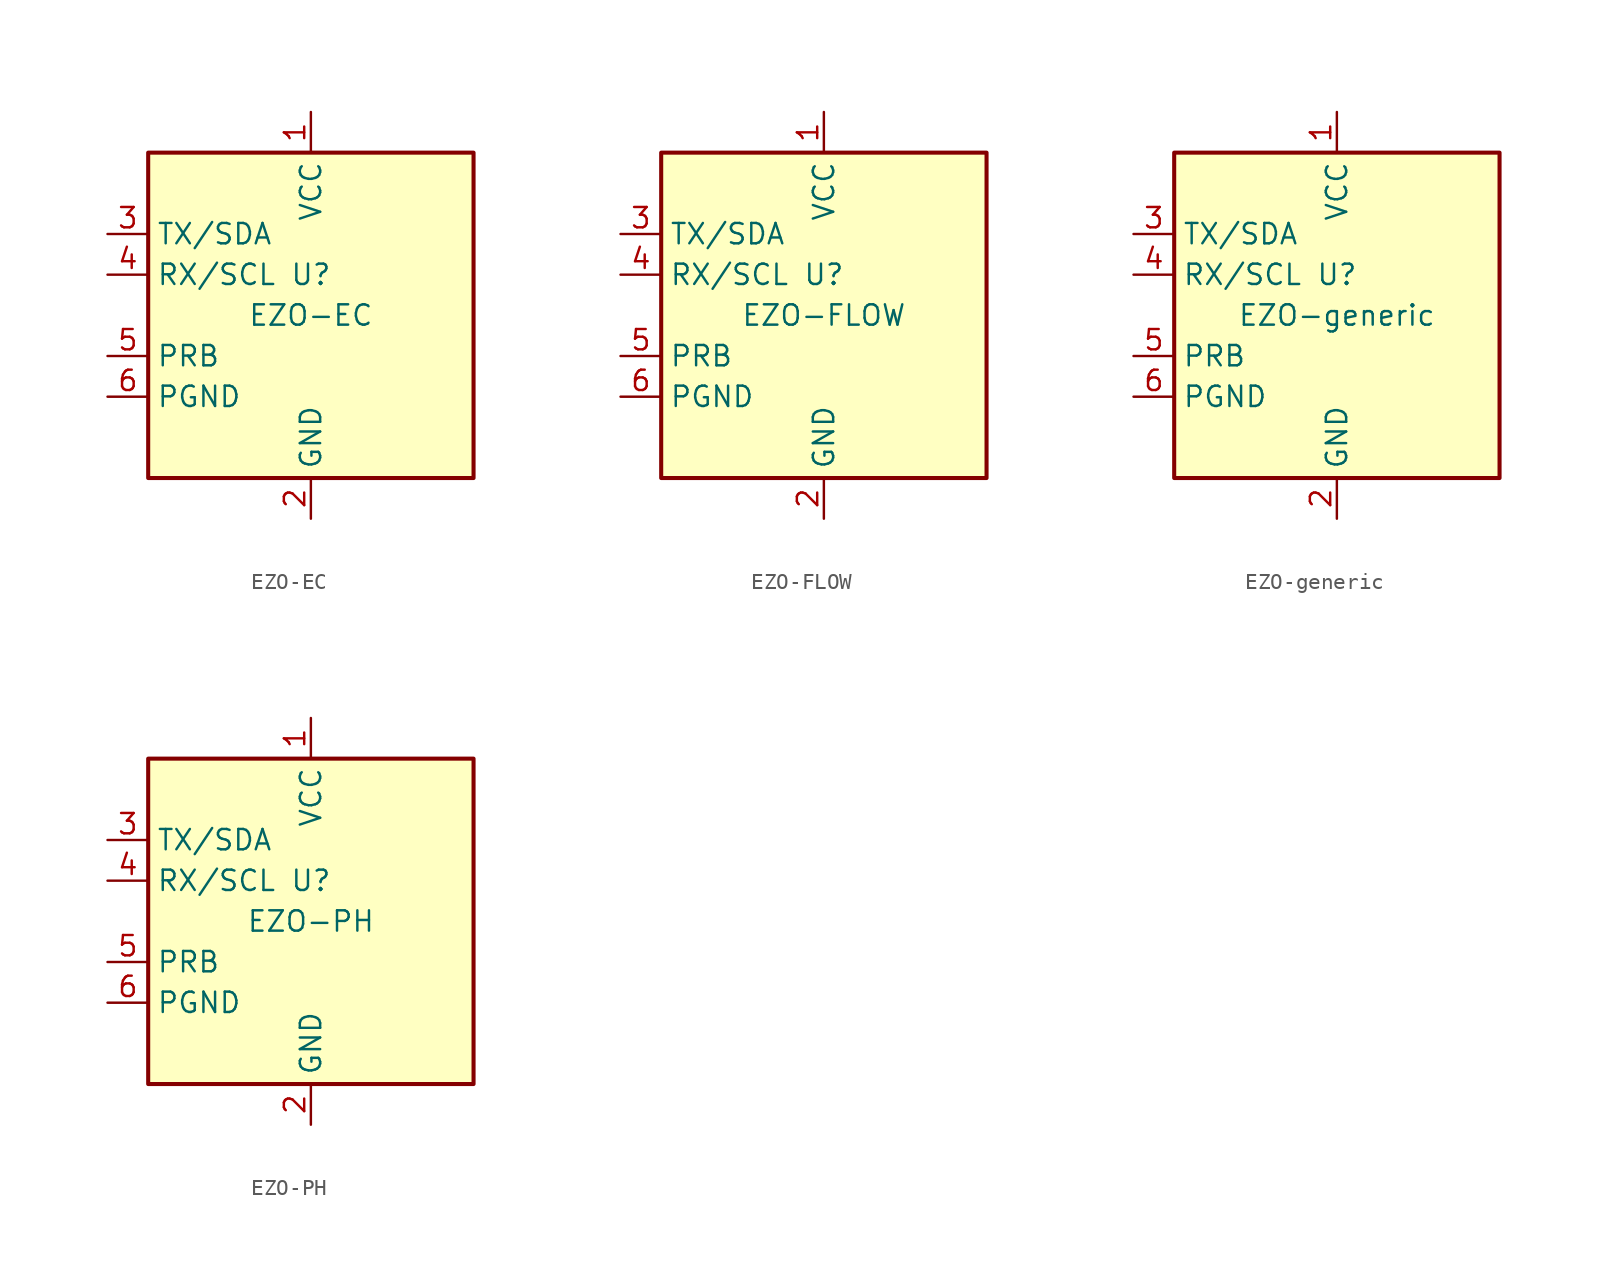
<source format=kicad_sym>
(kicad_symbol_lib
  (version 20220914)
  (generator kicad_symbol_editor)
  (symbol "EZO-EC"
    (property "Reference" "U"
      (at 0 2.54 0)
      (effects (font (size 1.27 1.27))))
    (property "Value" "EZO-EC"
      (at 0 0 0)
      (effects (font (size 1.27 1.27))))
    (symbol "EZO-EC_0_0"
      (rectangle (start -10.16 10.16) (end 10.16 -10.16) (stroke (width 0.254) (type default)) (fill (type background)))
      (pin power_in line (at 0 12.7 270) (length 2.54) (name "VCC" (effects (font (size 1.27 1.27)))) (number "1" (effects (font (size 1.27 1.27)))))
      (pin power_in line (at 0 -12.7 90) (length 2.54) (name "GND" (effects (font (size 1.27 1.27)))) (number "2" (effects (font (size 1.27 1.27)))))
      (pin bidirectional line (at -12.7 5.08 0) (length 2.54) (name "TX/SDA" (effects (font (size 1.27 1.27)))) (number "3" (effects (font (size 1.27 1.27)))))
      (pin bidirectional line (at -12.7 2.54 0) (length 2.54) (name "RX/SCL" (effects (font (size 1.27 1.27)))) (number "4" (effects (font (size 1.27 1.27)))))
      (pin input line (at -12.7 -2.54 0) (length 2.54) (name "PRB" (effects (font (size 1.27 1.27)))) (number "5" (effects (font (size 1.27 1.27)))))
      (pin input line (at -12.7 -5.08 0) (length 2.54) (name "PGND" (effects (font (size 1.27 1.27)))) (number "6" (effects (font (size 1.27 1.27)))))))
  (symbol "EZO-FLOW"
    (property "Reference" "U"
      (at 0 2.54 0)
      (effects (font (size 1.27 1.27))))
    (property "Value" "EZO-FLOW"
      (at 0 0 0)
      (effects (font (size 1.27 1.27))))
    (symbol "EZO-FLOW_0_0"
      (rectangle (start -10.16 10.16) (end 10.16 -10.16) (stroke (width 0.254) (type default)) (fill (type background)))
      (pin power_in line (at 0 12.7 270) (length 2.54) (name "VCC" (effects (font (size 1.27 1.27)))) (number "1" (effects (font (size 1.27 1.27)))))
      (pin power_in line (at 0 -12.7 90) (length 2.54) (name "GND" (effects (font (size 1.27 1.27)))) (number "2" (effects (font (size 1.27 1.27)))))
      (pin bidirectional line (at -12.7 5.08 0) (length 2.54) (name "TX/SDA" (effects (font (size 1.27 1.27)))) (number "3" (effects (font (size 1.27 1.27)))))
      (pin bidirectional line (at -12.7 2.54 0) (length 2.54) (name "RX/SCL" (effects (font (size 1.27 1.27)))) (number "4" (effects (font (size 1.27 1.27)))))
      (pin input line (at -12.7 -2.54 0) (length 2.54) (name "PRB" (effects (font (size 1.27 1.27)))) (number "5" (effects (font (size 1.27 1.27)))))
      (pin input line (at -12.7 -5.08 0) (length 2.54) (name "PGND" (effects (font (size 1.27 1.27)))) (number "6" (effects (font (size 1.27 1.27)))))))
  (symbol "EZO-generic"
    (property "Reference" "U"
      (at 0 2.54 0)
      (effects (font (size 1.27 1.27))))
    (property "Value" "EZO-generic"
      (at 0 0 0)
      (effects (font (size 1.27 1.27))))
    (symbol "EZO-generic_0_0"
      (rectangle (start -10.16 10.16) (end 10.16 -10.16) (stroke (width 0.254) (type default)) (fill (type background)))
      (pin power_in line (at 0 12.7 270) (length 2.54) (name "VCC" (effects (font (size 1.27 1.27)))) (number "1" (effects (font (size 1.27 1.27)))))
      (pin power_in line (at 0 -12.7 90) (length 2.54) (name "GND" (effects (font (size 1.27 1.27)))) (number "2" (effects (font (size 1.27 1.27)))))
      (pin bidirectional line (at -12.7 5.08 0) (length 2.54) (name "TX/SDA" (effects (font (size 1.27 1.27)))) (number "3" (effects (font (size 1.27 1.27)))))
      (pin bidirectional line (at -12.7 2.54 0) (length 2.54) (name "RX/SCL" (effects (font (size 1.27 1.27)))) (number "4" (effects (font (size 1.27 1.27)))))
      (pin input line (at -12.7 -2.54 0) (length 2.54) (name "PRB" (effects (font (size 1.27 1.27)))) (number "5" (effects (font (size 1.27 1.27)))))
      (pin input line (at -12.7 -5.08 0) (length 2.54) (name "PGND" (effects (font (size 1.27 1.27)))) (number "6" (effects (font (size 1.27 1.27)))))))
  (symbol "EZO-PH"
    (property "Reference" "U"
      (at 0 2.54 0)
      (effects (font (size 1.27 1.27))))
    (property "Value" "EZO-PH"
      (at 0 0 0)
      (effects (font (size 1.27 1.27))))
    (symbol "EZO-PH_0_0"
      (rectangle (start -10.16 10.16) (end 10.16 -10.16) (stroke (width 0.254) (type default)) (fill (type background)))
      (pin power_in line (at 0 12.7 270) (length 2.54) (name "VCC" (effects (font (size 1.27 1.27)))) (number "1" (effects (font (size 1.27 1.27)))))
      (pin power_in line (at 0 -12.7 90) (length 2.54) (name "GND" (effects (font (size 1.27 1.27)))) (number "2" (effects (font (size 1.27 1.27)))))
      (pin bidirectional line (at -12.7 5.08 0) (length 2.54) (name "TX/SDA" (effects (font (size 1.27 1.27)))) (number "3" (effects (font (size 1.27 1.27)))))
      (pin bidirectional line (at -12.7 2.54 0) (length 2.54) (name "RX/SCL" (effects (font (size 1.27 1.27)))) (number "4" (effects (font (size 1.27 1.27)))))
      (pin input line (at -12.7 -2.54 0) (length 2.54) (name "PRB" (effects (font (size 1.27 1.27)))) (number "5" (effects (font (size 1.27 1.27)))))
      (pin input line (at -12.7 -5.08 0) (length 2.54) (name "PGND" (effects (font (size 1.27 1.27)))) (number "6" (effects (font (size 1.27 1.27))))))))
</source>
